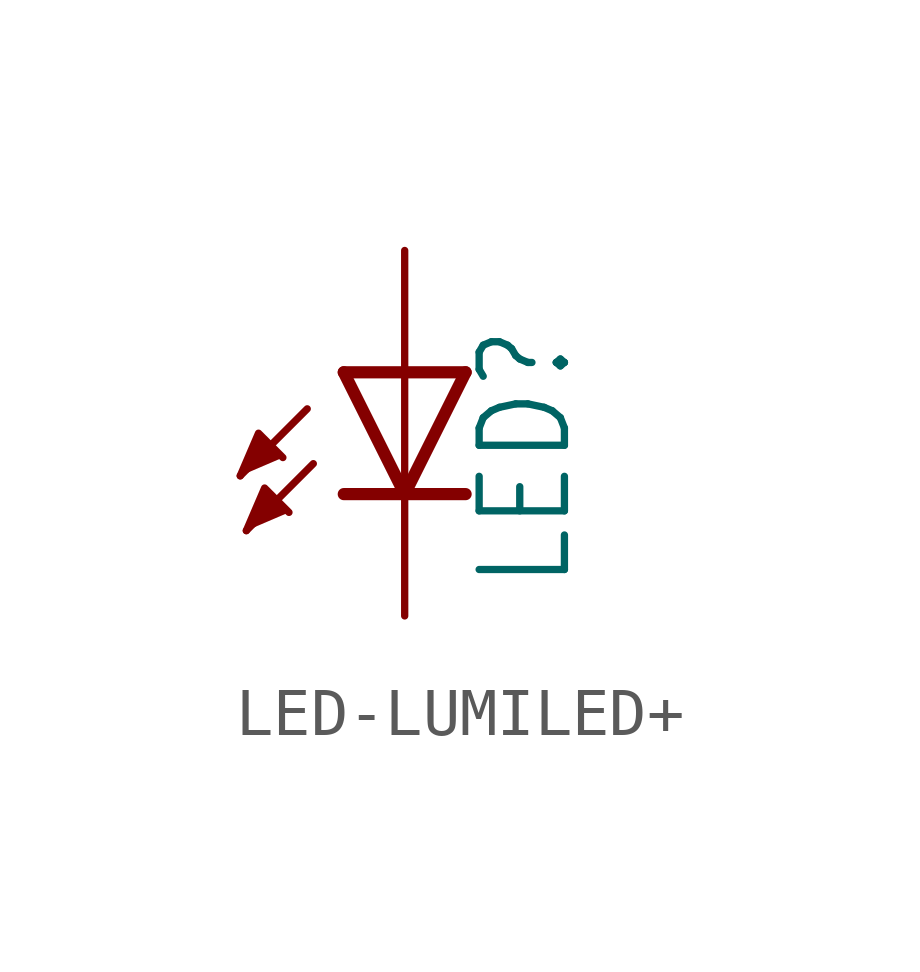
<source format=kicad_sym>
(kicad_symbol_lib
  (version 20220914)
  (generator kicad_symbol_editor)
  (symbol "LED-LUMILED+"
    (property "Reference" "LED"
      (at 3.556 -4.572 90)
      (effects (font (size 1.778 1.511)) (justify left bottom)))
    (property "Value" ""
      (at 5.715 -4.572 90)
      (effects (font (size 1.778 1.511)) (justify left bottom)))
    (property "ki_locked" ""
      (at 0 0 0)
      (effects (font (size 1.27 1.27))))
    (symbol "LED-LUMILED+_1_0"
      (polyline (pts (xy -2.032 -0.762) (xy -3.429 -2.159)) (stroke (width 0.152) (type solid)) (fill (type none)))
      (polyline (pts (xy -1.905 -1.905) (xy -3.302 -3.302)) (stroke (width 0.152) (type solid)) (fill (type none)))
      (polyline (pts (xy 0 -2.54) (xy -1.27 -2.54)) (stroke (width 0.254) (type solid)) (fill (type none)))
      (polyline (pts (xy 0 -2.54) (xy -1.27 0)) (stroke (width 0.254) (type solid)) (fill (type none)))
      (polyline (pts (xy 0 0) (xy -1.27 0)) (stroke (width 0.254) (type solid)) (fill (type none)))
      (polyline (pts (xy 0 0) (xy 0 -2.54)) (stroke (width 0.152) (type solid)) (fill (type none)))
      (polyline (pts (xy 1.27 -2.54) (xy 0 -2.54)) (stroke (width 0.254) (type solid)) (fill (type none)))
      (polyline (pts (xy 1.27 0) (xy 0 -2.54)) (stroke (width 0.254) (type solid)) (fill (type none)))
      (polyline (pts (xy 1.27 0) (xy 0 0)) (stroke (width 0.254) (type solid)) (fill (type none)))
      (polyline (pts (xy -3.429 -2.159) (xy -3.048 -1.27) (xy -2.54 -1.778)) (stroke (width 0.152) (type solid)) (fill (type outline)))
      (polyline (pts (xy -3.302 -3.302) (xy -2.921 -2.413) (xy -2.413 -2.921)) (stroke (width 0.152) (type solid)) (fill (type outline)))
      (pin passive line (at 0 2.54 270) (length 2.54) (name "A" (effects (font (size 0 0)))) (number "2+" (effects (font (size 0 0)))))
      (pin passive line (at 0 -5.08 90) (length 2.54) (name "C" (effects (font (size 0 0)))) (number "4-" (effects (font (size 0 0))))))))
</source>
